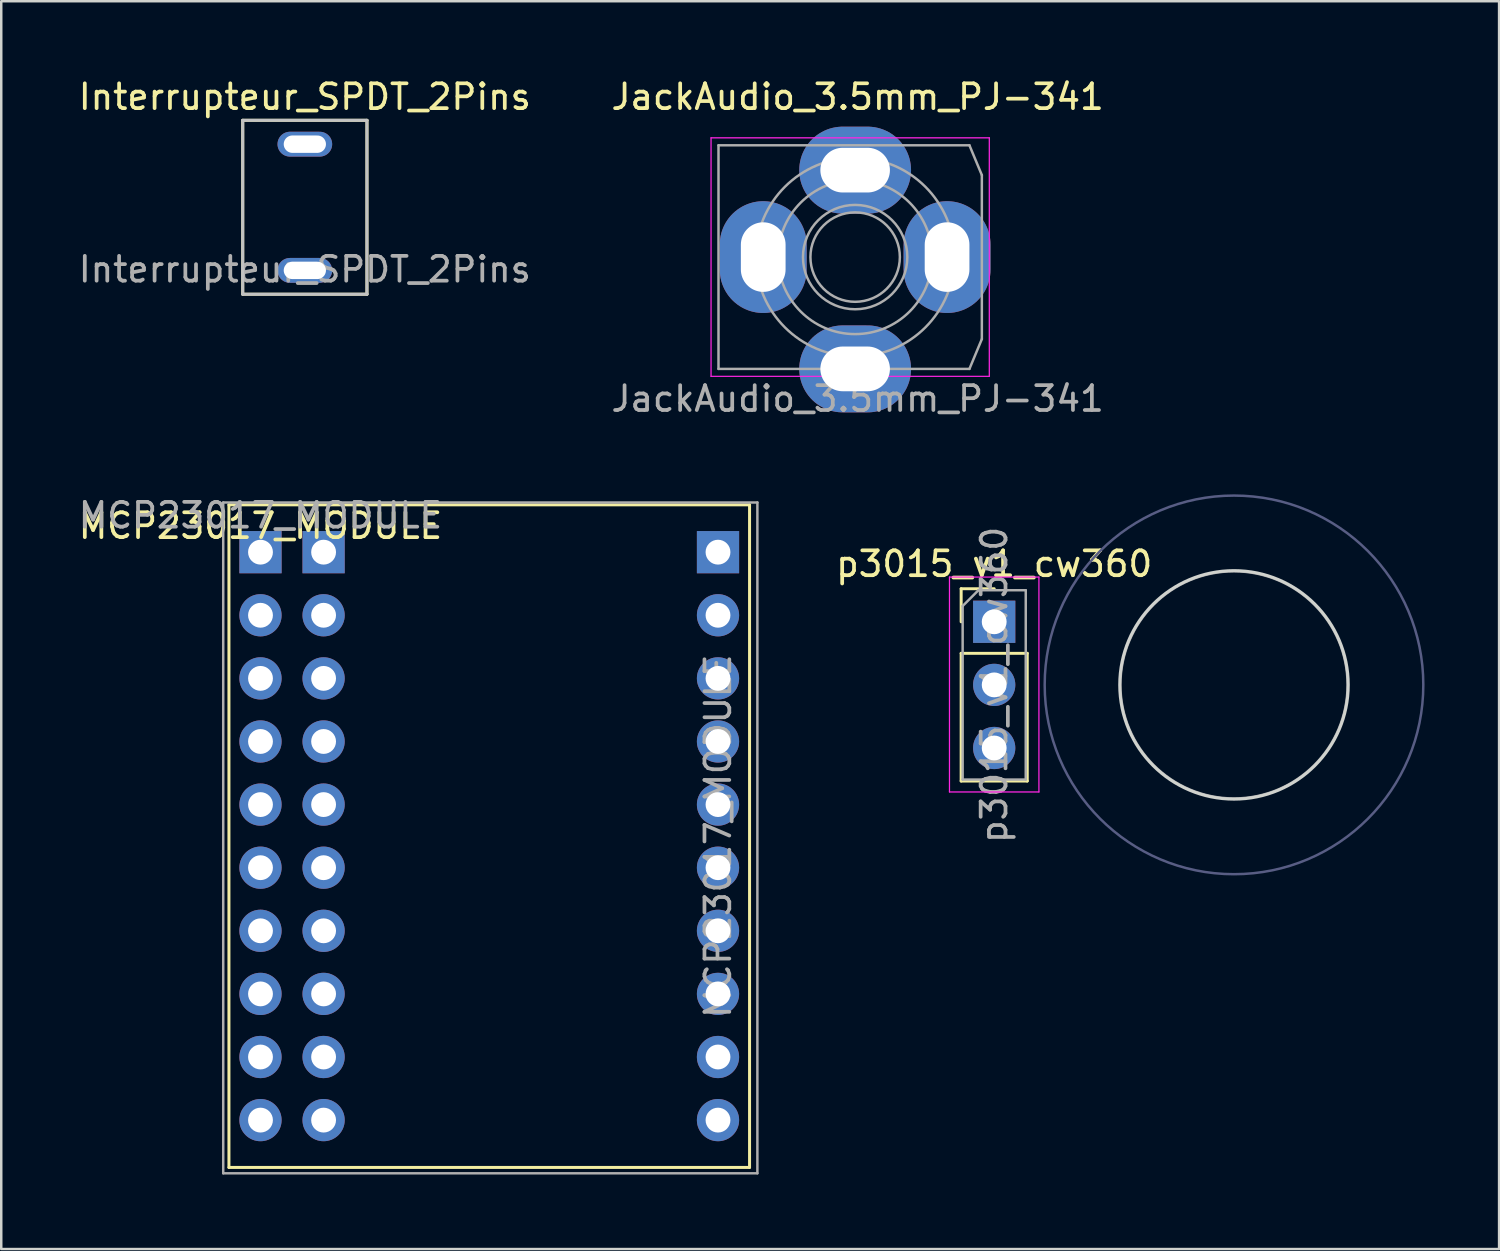
<source format=kicad_pcb>
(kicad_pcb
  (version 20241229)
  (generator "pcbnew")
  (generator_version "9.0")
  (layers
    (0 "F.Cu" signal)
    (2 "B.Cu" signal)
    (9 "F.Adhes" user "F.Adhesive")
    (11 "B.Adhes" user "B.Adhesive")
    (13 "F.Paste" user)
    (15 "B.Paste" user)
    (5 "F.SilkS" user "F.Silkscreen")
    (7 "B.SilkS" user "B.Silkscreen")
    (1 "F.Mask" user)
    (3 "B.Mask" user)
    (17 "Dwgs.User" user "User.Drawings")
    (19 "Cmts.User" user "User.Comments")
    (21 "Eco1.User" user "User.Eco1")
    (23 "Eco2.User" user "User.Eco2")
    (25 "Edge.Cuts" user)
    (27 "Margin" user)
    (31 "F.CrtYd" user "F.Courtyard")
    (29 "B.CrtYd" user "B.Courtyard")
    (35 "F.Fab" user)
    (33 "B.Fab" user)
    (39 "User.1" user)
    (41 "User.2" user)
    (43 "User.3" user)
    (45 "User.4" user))
  (footprint "JackAudio_3.5mm_PJ-341"
    (layer "F.Cu")
    (at 31.37 7.298)
    (property "Reference" "JackAudio_3.5mm_PJ-341" (at 0.1 -6.45 0) (layer "F.SilkS") (effects (font (size 1 1) (thickness 0.15))))
    (attr through_hole)
    (fp_line (start -5.8 -4.8) (end -5.8 4.8) (stroke (width 0.05) (type solid)) (layer "F.CrtYd"))
    (fp_line (start 5.4 -4.8) (end -5.8 -4.8) (stroke (width 0.05) (type solid)) (layer "F.CrtYd"))
    (fp_line (start 5.4 4.8) (end -5.8 4.8) (stroke (width 0.05) (type solid)) (layer "F.CrtYd"))
    (fp_line (start 5.4 4.8) (end 5.4 -4.8) (stroke (width 0.05) (type solid)) (layer "F.CrtYd"))
    (fp_line (start -5.5 -4.5) (end -5.5 4.5) (stroke (width 0.1) (type default)) (layer "F.Fab"))
    (fp_line (start -5.5 -4.5) (end 4.6 -4.5) (stroke (width 0.1) (type default)) (layer "F.Fab"))
    (fp_line (start -5.5 4.5) (end 4.6 4.5) (stroke (width 0.1) (type default)) (layer "F.Fab"))
    (fp_line (start -3.9 -0.4) (end -3.1 -0.4) (stroke (width 0.1) (type default)) (layer "F.Fab"))
    (fp_line (start -3.9 0.4) (end -3.1 0.4) (stroke (width 0.1) (type default)) (layer "F.Fab"))
    (fp_line (start 3.1 -0.4) (end 3.9 -0.4) (stroke (width 0.1) (type default)) (layer "F.Fab"))
    (fp_line (start 3.1 0.4) (end 3.9 0.4) (stroke (width 0.1) (type default)) (layer "F.Fab"))
    (fp_line (start 4.6 4.5) (end 5.1 3.3) (stroke (width 0.1) (type default)) (layer "F.Fab"))
    (fp_line (start 5.1 -3.3) (end 4.6 -4.5) (stroke (width 0.1) (type default)) (layer "F.Fab"))
    (fp_line (start 5.1 -3.3) (end 5.1 3.3) (stroke (width 0.1) (type default)) (layer "F.Fab"))
    (fp_circle (center 0 0) (end 1.8 0) (stroke (width 0.1) (type default)) (fill no) (layer "F.Fab"))
    (fp_circle (center 0 0) (end 2.1 0) (stroke (width 0.1) (type default)) (fill no) (layer "F.Fab"))
    (fp_circle (center 0 0) (end 3.1 0) (stroke (width 0.1) (type default)) (fill no) (layer "F.Fab"))
    (fp_circle (center 0 0) (end 4 0) (stroke (width 0.1) (type default)) (fill no) (layer "F.Fab"))
    (fp_text user "${REFERENCE}" (at 0.1 5.7 0) (layer "F.Fab") (effects (font (size 1 1) (thickness 0.15))))
    (pad "2" thru_hole oval (at 0 -3.5) (size 4.5 3.5) (drill oval 2.8 1.8) (layers "*.Cu" "*.Mask"))
    (pad "2" thru_hole oval (at 0 4.5) (size 4.5 3.5) (drill oval 2.8 1.8) (layers "*.Cu" "*.Mask"))
    (pad "4" thru_hole oval (at -3.7 0) (size 3.5 4.5) (drill oval 1.8 2.8) (layers "*.Cu" "*.Mask"))
    (pad "5" thru_hole oval (at 3.7 0) (size 3.5 4.5) (drill oval 1.8 2.8) (layers "*.Cu" "*.Mask")))
  (footprint "MCP23017_MODULE"
    (layer "F.Cu")
    (at 7.435 19.175)
    (property "Reference" "MCP23017_MODULE" (at 0 -1.06 180) (layer "F.SilkS") (effects (font (size 1 1) (thickness 0.15))))
    (attr through_hole)
    (fp_line (start -1.27 -1.905) (end -1.27 24.765) (stroke (width 0.12) (type default)) (layer "F.SilkS"))
    (fp_line (start -1.27 24.765) (end 19.685 24.765) (stroke (width 0.12) (type default)) (layer "F.SilkS"))
    (fp_line (start 19.685 -1.905) (end -1.27 -1.905) (stroke (width 0.12) (type default)) (layer "F.SilkS"))
    (fp_line (start 19.685 24.765) (end 19.685 -1.905) (stroke (width 0.12) (type default)) (layer "F.SilkS"))
    (fp_line (start -1.5 -2) (end -1.5 25) (stroke (width 0.1) (type solid)) (layer "F.Fab"))
    (fp_line (start -1.5 -2) (end 20 -2) (stroke (width 0.1) (type solid)) (layer "F.Fab"))
    (fp_line (start -1.5 25) (end 20 25) (stroke (width 0.1) (type solid)) (layer "F.Fab"))
    (fp_line (start 20 25) (end 20 -2) (stroke (width 0.1) (type solid)) (layer "F.Fab"))
    (fp_text user "${REFERENCE}" (at 0 -1.48 180) (layer "F.Fab") (effects (font (size 1 1) (thickness 0.15))))
    (fp_text user "${REFERENCE}" (at 18.415 11.43 90) (layer "F.Fab") (effects (font (size 1 1) (thickness 0.15))))
    (pad "1" thru_hole rect (at 0 0) (size 1.7 1.7) (drill 1) (layers "*.Cu" "*.Mask"))
    (pad "2" thru_hole oval (at 0 2.54) (size 1.7 1.7) (drill 1) (layers "*.Cu" "*.Mask"))
    (pad "3" thru_hole oval (at 0 5.08) (size 1.7 1.7) (drill 1) (layers "*.Cu" "*.Mask"))
    (pad "4" thru_hole oval (at 0 7.62) (size 1.7 1.7) (drill 1) (layers "*.Cu" "*.Mask"))
    (pad "5" thru_hole oval (at 0 10.16) (size 1.7 1.7) (drill 1) (layers "*.Cu" "*.Mask"))
    (pad "6" thru_hole oval (at 0 12.7) (size 1.7 1.7) (drill 1) (layers "*.Cu" "*.Mask"))
    (pad "7" thru_hole oval (at 0 15.24) (size 1.7 1.7) (drill 1) (layers "*.Cu" "*.Mask"))
    (pad "8" thru_hole oval (at 0 17.78) (size 1.7 1.7) (drill 1) (layers "*.Cu" "*.Mask"))
    (pad "9" thru_hole oval (at 0 20.32) (size 1.7 1.7) (drill 1) (layers "*.Cu" "*.Mask"))
    (pad "10" thru_hole oval (at 0 22.86) (size 1.7 1.7) (drill 1) (layers "*.Cu" "*.Mask"))
    (pad "11" thru_hole oval (at 2.54 22.86) (size 1.7 1.7) (drill 1) (layers "*.Cu" "*.Mask"))
    (pad "12" thru_hole oval (at 2.54 20.32) (size 1.7 1.7) (drill 1) (layers "*.Cu" "*.Mask"))
    (pad "13" thru_hole oval (at 2.54 17.78) (size 1.7 1.7) (drill 1) (layers "*.Cu" "*.Mask"))
    (pad "14" thru_hole oval (at 2.54 15.24) (size 1.7 1.7) (drill 1) (layers "*.Cu" "*.Mask"))
    (pad "15" thru_hole oval (at 2.54 12.7) (size 1.7 1.7) (drill 1) (layers "*.Cu" "*.Mask"))
    (pad "16" thru_hole oval (at 2.54 10.16) (size 1.7 1.7) (drill 1) (layers "*.Cu" "*.Mask"))
    (pad "17" thru_hole oval (at 2.54 7.62) (size 1.7 1.7) (drill 1) (layers "*.Cu" "*.Mask"))
    (pad "18" thru_hole oval (at 2.54 5.08) (size 1.7 1.7) (drill 1) (layers "*.Cu" "*.Mask"))
    (pad "19" thru_hole oval (at 2.54 2.54) (size 1.7 1.7) (drill 1) (layers "*.Cu" "*.Mask"))
    (pad "20" thru_hole rect (at 2.54 0) (size 1.7 1.7) (drill 1) (layers "*.Cu" "*.Mask"))
    (pad "21" thru_hole rect (at 18.415 0) (size 1.7 1.7) (drill 1) (layers "*.Cu" "*.Mask"))
    (pad "22" thru_hole oval (at 18.415 2.54) (size 1.7 1.7) (drill 1) (layers "*.Cu" "*.Mask"))
    (pad "23" thru_hole oval (at 18.415 5.08) (size 1.7 1.7) (drill 1) (layers "*.Cu" "*.Mask"))
    (pad "24" thru_hole oval (at 18.415 7.62) (size 1.7 1.7) (drill 1) (layers "*.Cu" "*.Mask"))
    (pad "25" thru_hole oval (at 18.415 10.16) (size 1.7 1.7) (drill 1) (layers "*.Cu" "*.Mask"))
    (pad "26" thru_hole oval (at 18.415 12.7) (size 1.7 1.7) (drill 1) (layers "*.Cu" "*.Mask"))
    (pad "27" thru_hole oval (at 18.415 15.24) (size 1.7 1.7) (drill 1) (layers "*.Cu" "*.Mask"))
    (pad "28" thru_hole oval (at 18.415 17.78) (size 1.7 1.7) (drill 1) (layers "*.Cu" "*.Mask"))
    (pad "29" thru_hole oval (at 18.415 20.32) (size 1.7 1.7) (drill 1) (layers "*.Cu" "*.Mask"))
    (pad "30" thru_hole oval (at 18.415 22.86) (size 1.7 1.7) (drill 1) (layers "*.Cu" "*.Mask")))
  (footprint "Interrupteur_SPDT_2Pins"
    (layer "F.Cu")
    (at 9.22 5.293)
    (property "Reference" "Interrupteur_SPDT_2Pins" (at 0 -4.445 0) (unlocked yes) (layer "F.SilkS") (effects (font (size 1 1) (thickness 0.15))))
    (attr through_hole)
    (fp_line (start -2.5 -3.5) (end 2.5 -3.5) (stroke (width 0.12) (type solid)) (layer "F.SilkS"))
    (fp_line (start -2.5 3.5) (end -2.5 -3.5) (stroke (width 0.12) (type solid)) (layer "F.SilkS"))
    (fp_line (start 2.5 -3.5) (end 2.5 3.5) (stroke (width 0.12) (type solid)) (layer "F.SilkS"))
    (fp_line (start 2.5 3.5) (end -2.5 3.5) (stroke (width 0.12) (type solid)) (layer "F.SilkS"))
    (fp_line (start -2.5 -3.5) (end 2.5 -3.5) (stroke (width 0.12) (type solid)) (layer "Dwgs.User"))
    (fp_line (start -2.5 3.5) (end -2.5 -3.5) (stroke (width 0.12) (type solid)) (layer "Dwgs.User"))
    (fp_line (start 2.5 -3.5) (end 2.5 3.5) (stroke (width 0.12) (type solid)) (layer "Dwgs.User"))
    (fp_line (start 2.5 3.5) (end -2.5 3.5) (stroke (width 0.12) (type solid)) (layer "Dwgs.User"))
    (fp_text user "${REFERENCE}" (at 0 2.5 0) (unlocked yes) (layer "F.Fab") (effects (font (size 1 1) (thickness 0.15))))
    (pad "1" thru_hole oval (at 0 -2.54) (size 2.2 1) (drill oval 1.7 0.7) (layers "*.Cu" "*.Mask"))
    (pad "2" thru_hole oval (at 0 2.54) (size 2.2 1) (drill oval 1.7 0.7) (layers "*.Cu" "*.Mask")))
  (footprint "p3015_v1_cw360"
    (layer "F.Cu")
    (at 46.619 24.517)
    (property "Reference" "p3015_v1_cw360" (at -9.652 -4.87 0) (layer "F.SilkS") (effects (font (size 1 1) (thickness 0.15))))
    (attr through_hole)
    (fp_line (start -10.982 -3.87) (end -9.652 -3.87) (stroke (width 0.12) (type solid)) (layer "F.SilkS"))
    (fp_line (start -10.982 -2.54) (end -10.982 -3.87) (stroke (width 0.12) (type solid)) (layer "F.SilkS"))
    (fp_line (start -10.982 -1.27) (end -10.982 3.87) (stroke (width 0.12) (type solid)) (layer "F.SilkS"))
    (fp_line (start -10.982 -1.27) (end -8.322 -1.27) (stroke (width 0.12) (type solid)) (layer "F.SilkS"))
    (fp_line (start -10.982 3.87) (end -8.322 3.87) (stroke (width 0.12) (type solid)) (layer "F.SilkS"))
    (fp_line (start -8.322 -1.27) (end -8.322 3.87) (stroke (width 0.12) (type solid)) (layer "F.SilkS"))
    (fp_circle (center 0 0) (end 4.572 -0.508) (stroke (width 0.12) (type default)) (fill no) (layer "Edge.Cuts"))
    (fp_circle (center 0 0) (end 5.08 0) (stroke (width 0.12) (type default)) (fill no) (layer "Margin"))
    (fp_line (start -11.452 -4.34) (end -11.452 4.31) (stroke (width 0.05) (type solid)) (layer "F.CrtYd"))
    (fp_line (start -11.452 4.31) (end -7.852 4.31) (stroke (width 0.05) (type solid)) (layer "F.CrtYd"))
    (fp_line (start -7.852 -4.34) (end -11.452 -4.34) (stroke (width 0.05) (type solid)) (layer "F.CrtYd"))
    (fp_line (start -7.852 4.31) (end -7.852 -4.34) (stroke (width 0.05) (type solid)) (layer "F.CrtYd"))
    (fp_circle (center 0 0) (end 7.62 0) (stroke (width 0.1) (type default)) (fill no) (layer "B.Fab"))
    (fp_line (start -10.922 -3.175) (end -10.287 -3.81) (stroke (width 0.1) (type solid)) (layer "F.Fab"))
    (fp_line (start -10.922 3.81) (end -10.922 -3.175) (stroke (width 0.1) (type solid)) (layer "F.Fab"))
    (fp_line (start -10.287 -3.81) (end -8.382 -3.81) (stroke (width 0.1) (type solid)) (layer "F.Fab"))
    (fp_line (start -8.382 -3.81) (end -8.382 3.81) (stroke (width 0.1) (type solid)) (layer "F.Fab"))
    (fp_line (start -8.382 3.81) (end -10.922 3.81) (stroke (width 0.1) (type solid)) (layer "F.Fab"))
    (fp_circle (center 0 0) (end 4.572 0) (stroke (width 0.1) (type default)) (fill no) (layer "F.Fab"))
    (fp_text user "${REFERENCE}" (at -9.652 0 90) (layer "F.Fab") (effects (font (size 1 1) (thickness 0.15))))
    (pad "1" thru_hole rect (at -9.652 -2.54) (size 1.7 1.7) (drill 1) (layers "*.Cu" "*.Mask"))
    (pad "2" thru_hole oval (at -9.652 0) (size 1.7 1.7) (drill 1) (layers "*.Cu" "*.Mask"))
    (pad "3" thru_hole oval (at -9.652 2.54) (size 1.7 1.7) (drill 1) (layers "*.Cu" "*.Mask")))
  (gr_rect
    (start -3 -3)
    (end 57.289 47.225)
    (stroke (width 0.1) (type default))
    (fill no)
    (layer "Edge.Cuts")))
</source>
